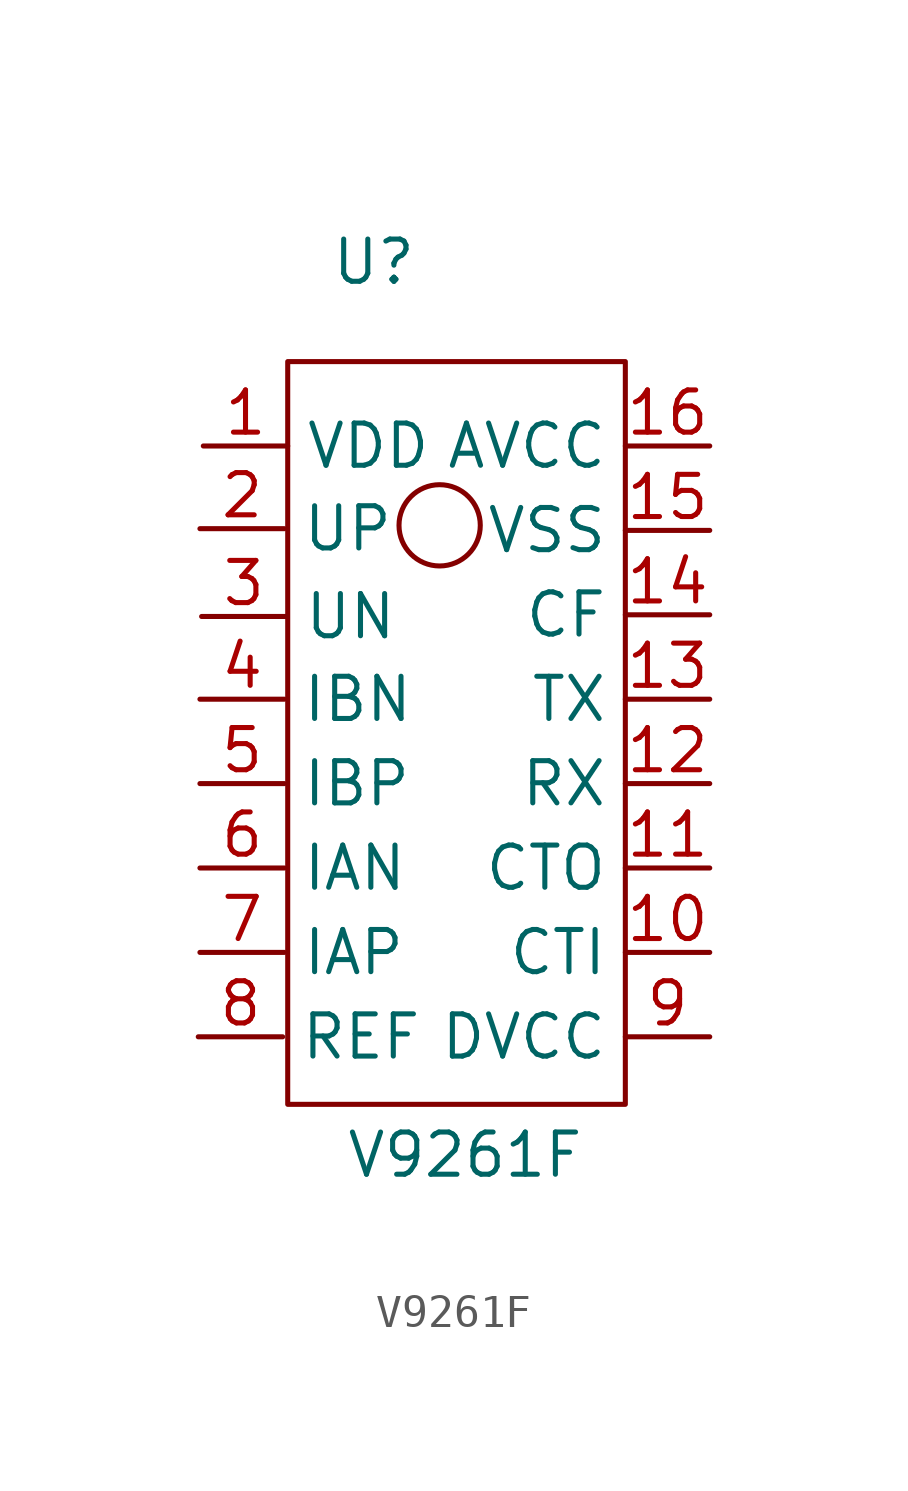
<source format=kicad_sym>
(kicad_symbol_lib
  (version 20211014)
  (generator kicad_symbol_editor)
  (symbol "V9261F"
    (property "Reference" "U"
      (at 0.051 2.997 0)
      (effects (font (size 1.27 1.27))))
    (property "Value" "V9261F"
      (at 2.794 -23.876 0)
      (effects (font (size 1.27 1.27))))
    (symbol "V9261F_0_1"
      (rectangle (start -2.54 0) (end 7.62 -22.352) (stroke (width 0.152) (type default) (color 0 0 0 0)) (fill (type none)))
      (circle (center 2.032 -4.928) (radius 1.223) (stroke (width 0.152) (type default) (color 0 0 0 0)) (fill (type none))))
    (symbol "V9261F_1_1"
      (pin power_in line (at -5.08 -2.54 0) (length 2.54) (name "VDD" (effects (font (size 1.27 1.27)))) (number "1" (effects (font (size 1.27 1.27)))))
      (pin input line (at 10.16 -17.78 180) (length 2.54) (name "CTI" (effects (font (size 1.27 1.27)))) (number "10" (effects (font (size 1.27 1.27)))))
      (pin output line (at 10.16 -15.24 180) (length 2.54) (name "CTO" (effects (font (size 1.27 1.27)))) (number "11" (effects (font (size 1.27 1.27)))))
      (pin input line (at 10.16 -12.7 180) (length 2.54) (name "RX" (effects (font (size 1.27 1.27)))) (number "12" (effects (font (size 1.27 1.27)))))
      (pin output line (at 10.16 -10.16 180) (length 2.54) (name "TX" (effects (font (size 1.27 1.27)))) (number "13" (effects (font (size 1.27 1.27)))))
      (pin output line (at 10.16 -7.62 180) (length 2.54) (name "CF" (effects (font (size 1.27 1.27)))) (number "14" (effects (font (size 1.27 1.27)))))
      (pin power_in line (at 10.16 -5.08 180) (length 2.54) (name "VSS" (effects (font (size 1.27 1.27)))) (number "15" (effects (font (size 1.27 1.27)))))
      (pin power_out line (at 10.16 -2.54 180) (length 2.54) (name "AVCC" (effects (font (size 1.27 1.27)))) (number "16" (effects (font (size 1.27 1.27)))))
      (pin input line (at -5.182 -5.029 0) (length 2.54) (name "UP" (effects (font (size 1.27 1.27)))) (number "2" (effects (font (size 1.27 1.27)))))
      (pin input line (at -5.131 -7.671 0) (length 2.54) (name "UN" (effects (font (size 1.27 1.27)))) (number "3" (effects (font (size 1.27 1.27)))))
      (pin input line (at -5.182 -10.16 0) (length 2.54) (name "IBN" (effects (font (size 1.27 1.27)))) (number "4" (effects (font (size 1.27 1.27)))))
      (pin input line (at -5.182 -12.7 0) (length 2.54) (name "IBP" (effects (font (size 1.27 1.27)))) (number "5" (effects (font (size 1.27 1.27)))))
      (pin input line (at -5.182 -15.24 0) (length 2.54) (name "IAN" (effects (font (size 1.27 1.27)))) (number "6" (effects (font (size 1.27 1.27)))))
      (pin input line (at -5.182 -17.78 0) (length 2.54) (name "IAP" (effects (font (size 1.27 1.27)))) (number "7" (effects (font (size 1.27 1.27)))))
      (pin bidirectional line (at -5.232 -20.32 0) (length 2.54) (name "REF" (effects (font (size 1.27 1.27)))) (number "8" (effects (font (size 1.27 1.27)))))
      (pin power_out line (at 10.16 -20.32 180) (length 2.54) (name "DVCC" (effects (font (size 1.27 1.27)))) (number "9" (effects (font (size 1.27 1.27))))))))
</source>
